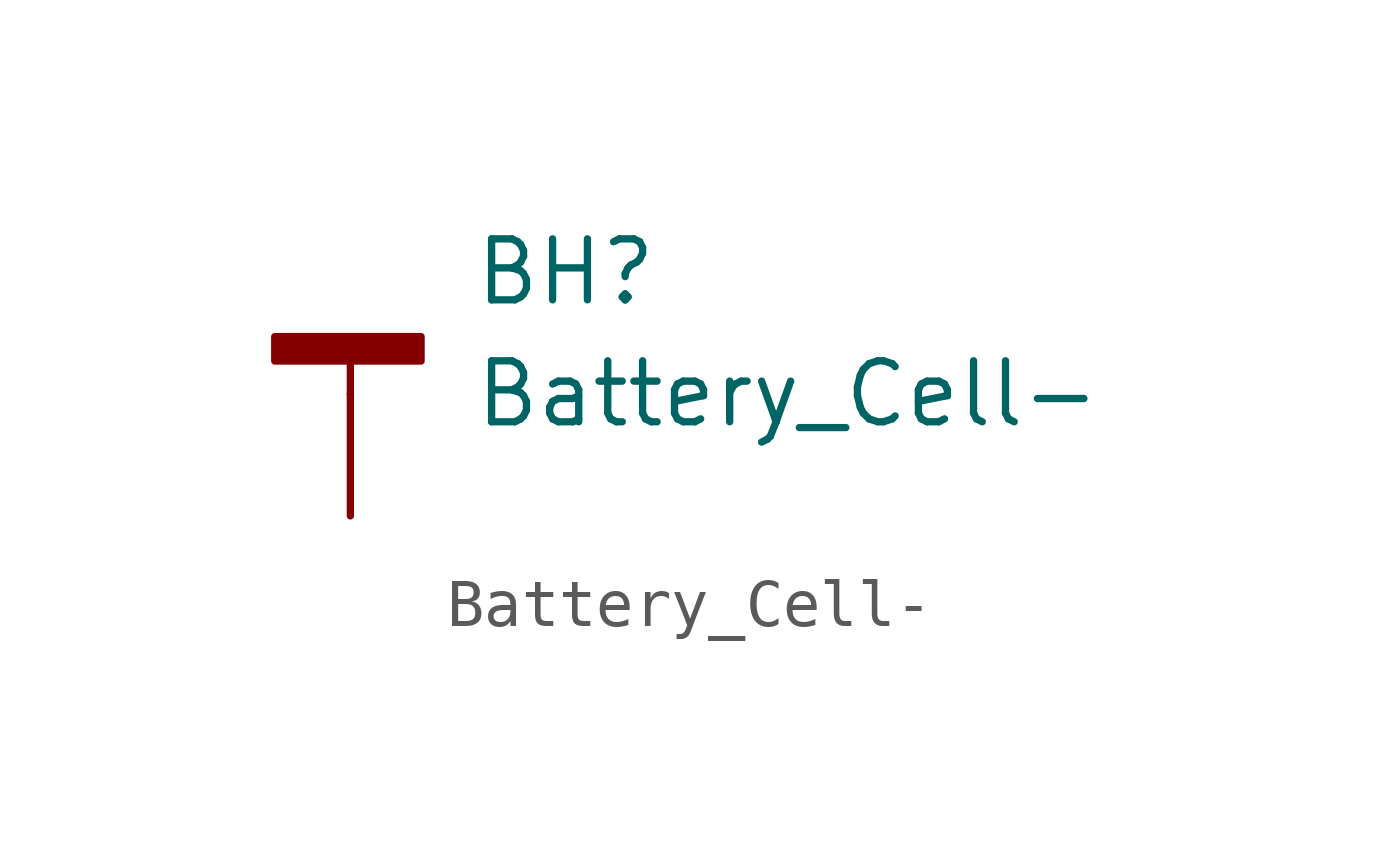
<source format=kicad_sym>
(kicad_symbol_lib
  (version 20211014)
  (generator kicad_symbol_editor)
  (symbol "Battery_Cell-"
    (pin_numbers hide)
    (pin_names
      (offset 0) hide)
    (property "Reference" "BH"
      (at 2.54 2.54 0)
      (effects (font (size 1.27 1.27)) (justify left)))
    (property "Value" "Battery_Cell-"
      (at 2.54 0 0)
      (effects (font (size 1.27 1.27)) (justify left)))
    (symbol "Battery_Cell-_0_1"
      (rectangle (start -1.575 1.194) (end 1.473 0.686) (stroke (width 0) (type default) (color 0 0 0 0)) (fill (type outline)))
      (polyline (pts (xy 0 0.762) (xy 0 0)) (stroke (width 0) (type default) (color 0 0 0 0)) (fill (type none))))
    (symbol "Battery_Cell-_1_1"
      (pin passive line (at 0 -2.54 90) (length 2.54) (name "-" (effects (font (size 1.27 1.27)))) (number "1" (effects (font (size 1.27 1.27))))))))
</source>
